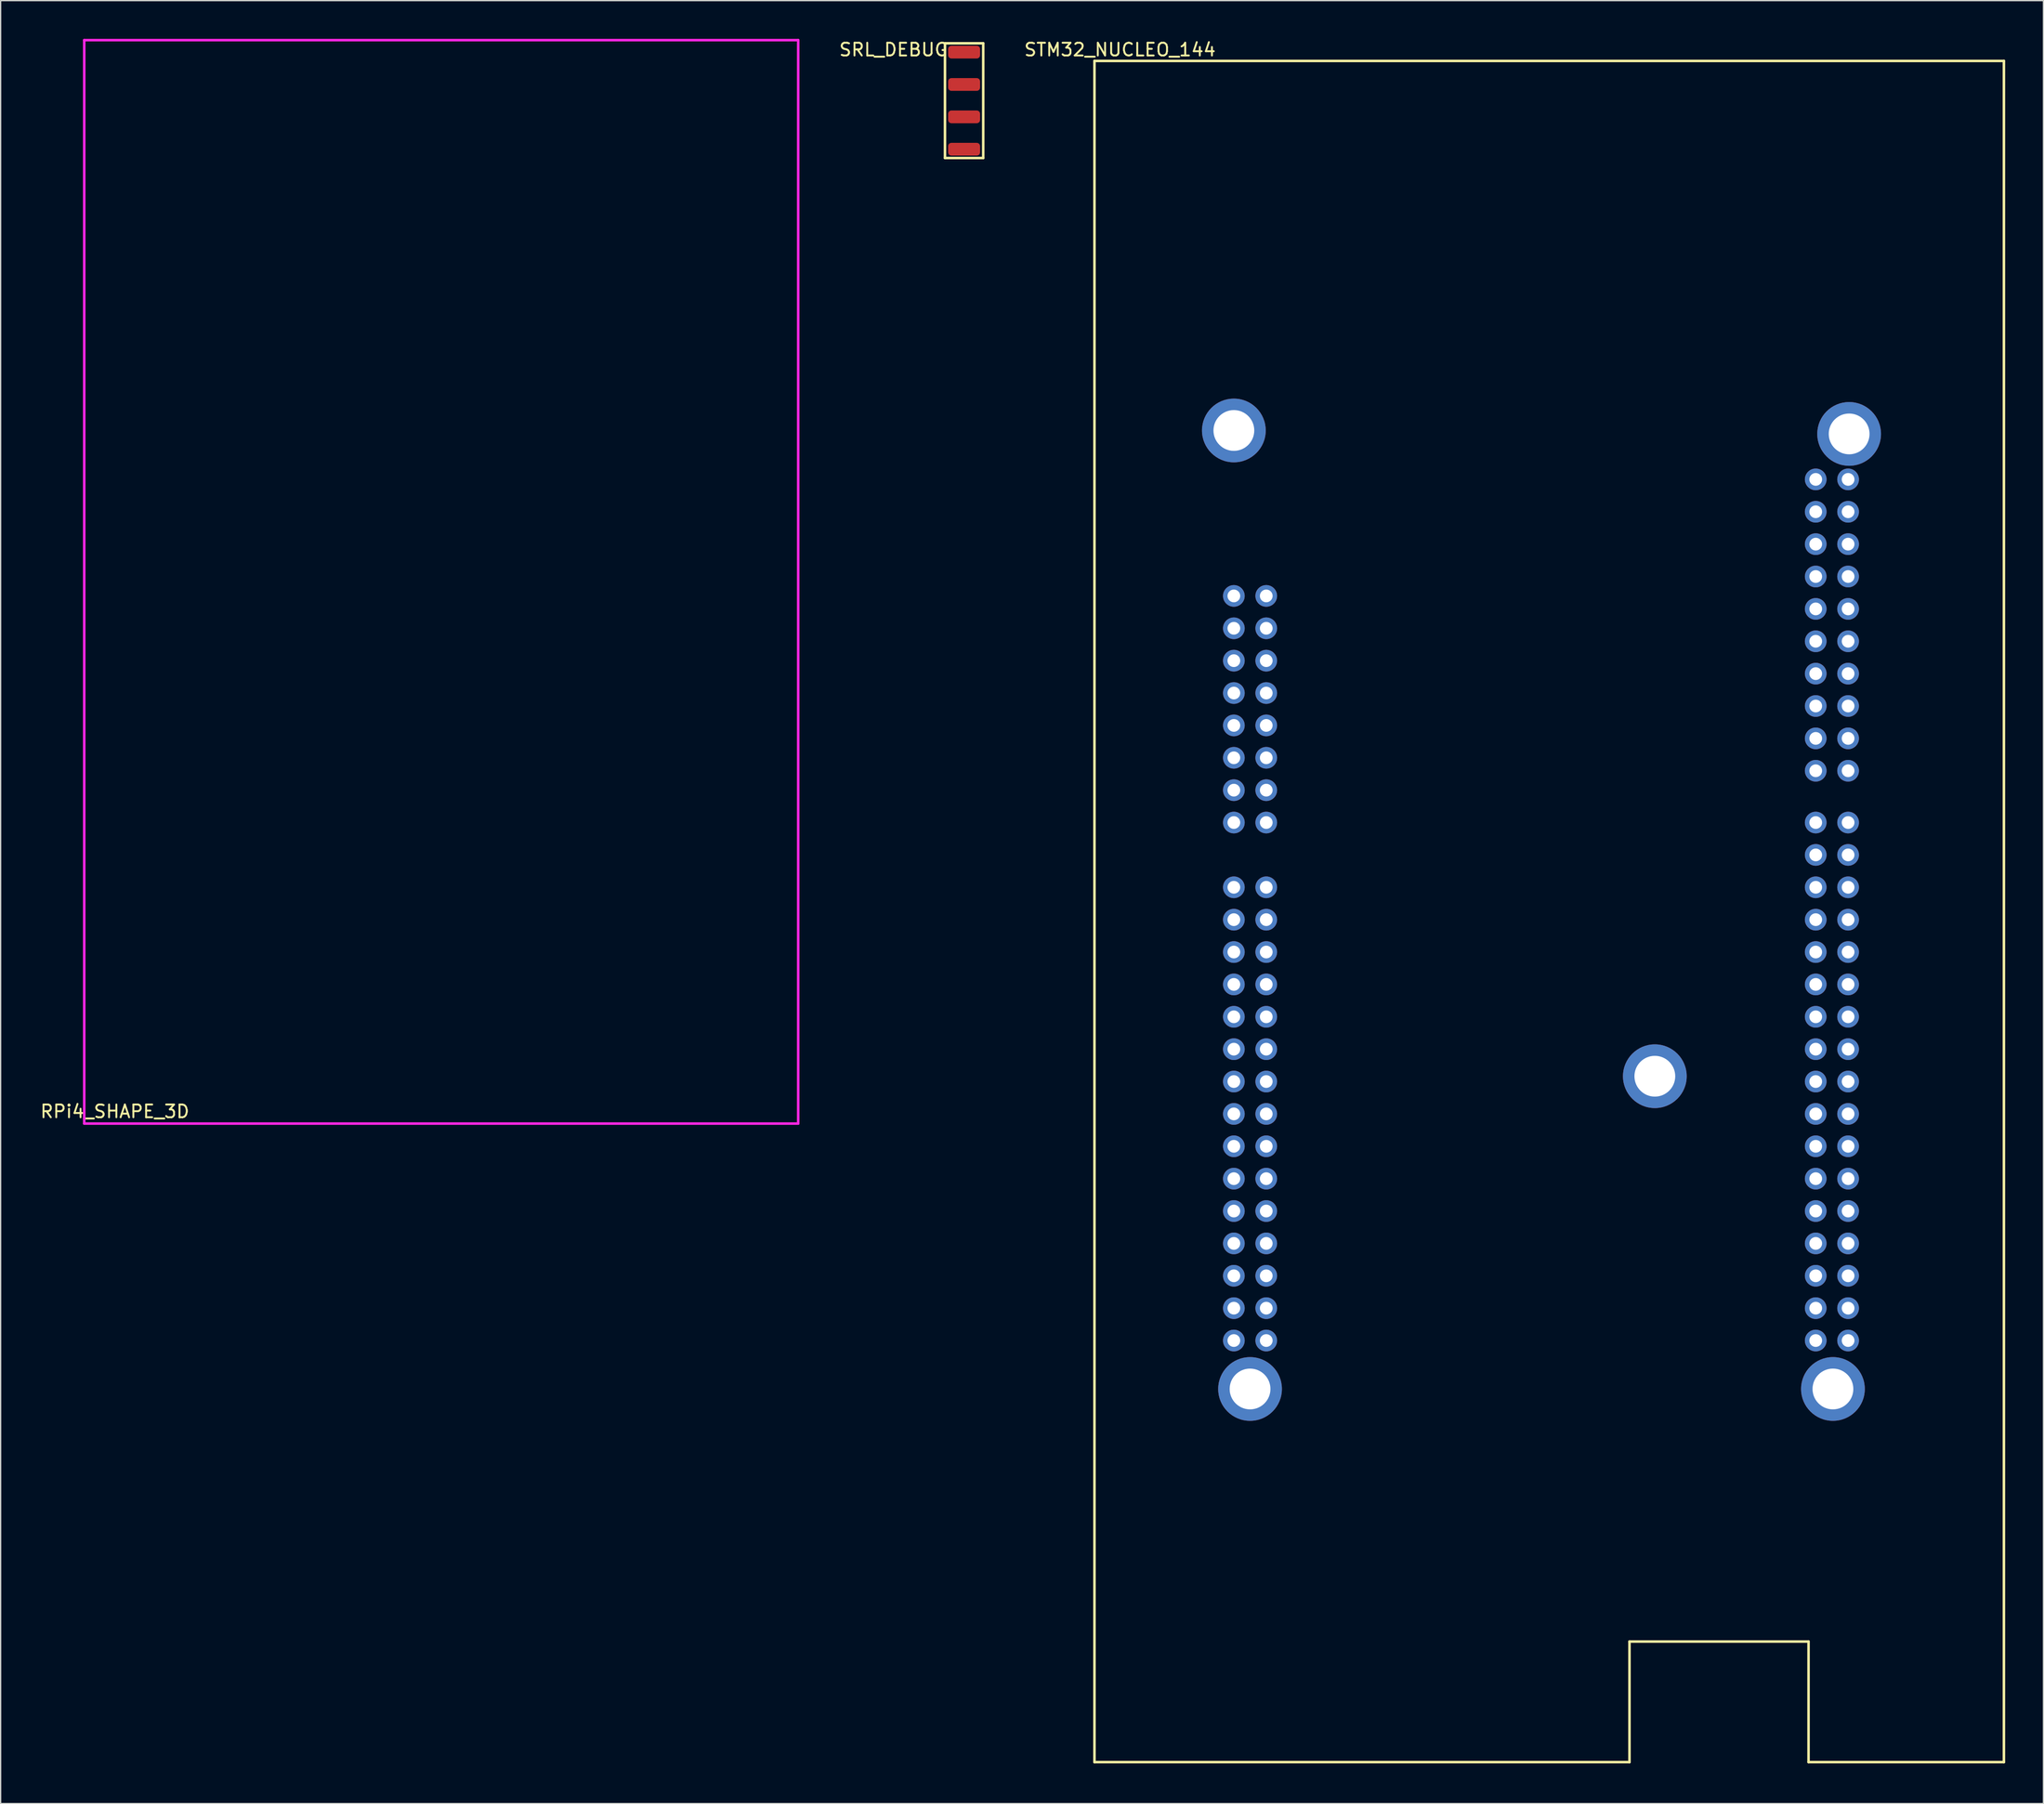
<source format=kicad_pcb>
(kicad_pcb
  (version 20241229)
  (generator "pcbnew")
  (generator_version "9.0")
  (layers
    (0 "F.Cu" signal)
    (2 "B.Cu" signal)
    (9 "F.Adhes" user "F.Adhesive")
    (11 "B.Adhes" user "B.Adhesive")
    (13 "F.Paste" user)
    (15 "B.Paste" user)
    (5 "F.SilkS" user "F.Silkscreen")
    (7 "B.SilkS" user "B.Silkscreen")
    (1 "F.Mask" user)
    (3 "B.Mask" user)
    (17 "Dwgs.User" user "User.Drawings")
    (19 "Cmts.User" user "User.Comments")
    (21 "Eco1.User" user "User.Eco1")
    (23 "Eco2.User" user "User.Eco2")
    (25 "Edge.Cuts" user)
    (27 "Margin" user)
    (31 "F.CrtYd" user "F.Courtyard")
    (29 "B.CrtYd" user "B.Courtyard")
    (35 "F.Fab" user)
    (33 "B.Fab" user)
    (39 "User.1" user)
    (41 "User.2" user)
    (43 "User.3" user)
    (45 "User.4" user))
  (footprint "STM32_NUCLEO_144"
    (layer "F.Cu")
    (at 82.796 135.198)
    (property "Reference" "STM32_NUCLEO_144" (at 2 -134.35 0) (layer "F.SilkS") (effects (font (size 1 1) (thickness 0.15))))
    (attr through_hole)
    (fp_line (start 0 -133.469) (end 71.334 -133.469) (stroke (width 0.2) (type solid)) (layer "F.SilkS"))
    (fp_line (start 0 0) (end 0 -133.469) (stroke (width 0.2) (type solid)) (layer "F.SilkS"))
    (fp_line (start 0 0) (end 41.966 0) (stroke (width 0.2) (type solid)) (layer "F.SilkS"))
    (fp_line (start 41.966 -9.458) (end 56.011 -9.458) (stroke (width 0.2) (type solid)) (layer "F.SilkS"))
    (fp_line (start 41.966 0) (end 41.966 -9.458) (stroke (width 0.2) (type solid)) (layer "F.SilkS"))
    (fp_line (start 56.011 0) (end 56.011 -9.458) (stroke (width 0.2) (type solid)) (layer "F.SilkS"))
    (fp_line (start 56.011 0) (end 71.334 0) (stroke (width 0.2) (type solid)) (layer "F.SilkS"))
    (fp_line (start 71.334 0) (end 71.334 -133.469) (stroke (width 0.2) (type solid)) (layer "F.SilkS"))
    (pad "" thru_hole circle (at 10.934 -104.475) (size 5 5) (drill 3.2) (layers "*.Cu" "*.Mask"))
    (pad "" thru_hole circle (at 12.204 -29.275) (size 5 5) (drill 3.2) (layers "*.Cu" "*.Mask"))
    (pad "" thru_hole circle (at 43.954 -53.812) (size 5 5) (drill 3.2) (layers "*.Cu" "*.Mask"))
    (pad "" thru_hole circle (at 57.924 -29.275) (size 5 5) (drill 3.2) (layers "*.Cu" "*.Mask"))
    (pad "" thru_hole circle (at 59.194 -104.205) (size 5 5) (drill 3.2) (layers "*.Cu" "*.Mask"))
    (pad "1" thru_hole circle (at 10.934 -91.495) (size 1.7 1.7) (drill 1) (layers "*.Cu" "*.Mask"))
    (pad "2" thru_hole circle (at 13.474 -91.495) (size 1.7 1.7) (drill 1) (layers "*.Cu" "*.Mask"))
    (pad "3" thru_hole circle (at 10.934 -88.955) (size 1.7 1.7) (drill 1) (layers "*.Cu" "*.Mask"))
    (pad "4" thru_hole circle (at 13.474 -88.955) (size 1.7 1.7) (drill 1) (layers "*.Cu" "*.Mask"))
    (pad "5" thru_hole circle (at 10.934 -86.415) (size 1.7 1.7) (drill 1) (layers "*.Cu" "*.Mask"))
    (pad "6" thru_hole circle (at 13.474 -86.415) (size 1.7 1.7) (drill 1) (layers "*.Cu" "*.Mask"))
    (pad "7" thru_hole circle (at 10.934 -83.875) (size 1.7 1.7) (drill 1) (layers "*.Cu" "*.Mask"))
    (pad "8" thru_hole circle (at 13.474 -83.875) (size 1.7 1.7) (drill 1) (layers "*.Cu" "*.Mask"))
    (pad "9" thru_hole circle (at 10.934 -81.335) (size 1.7 1.7) (drill 1) (layers "*.Cu" "*.Mask"))
    (pad "10" thru_hole circle (at 13.474 -81.335) (size 1.7 1.7) (drill 1) (layers "*.Cu" "*.Mask"))
    (pad "11" thru_hole circle (at 10.934 -78.795) (size 1.7 1.7) (drill 1) (layers "*.Cu" "*.Mask"))
    (pad "12" thru_hole circle (at 13.474 -78.795) (size 1.7 1.7) (drill 1) (layers "*.Cu" "*.Mask"))
    (pad "13" thru_hole circle (at 10.934 -76.255) (size 1.7 1.7) (drill 1) (layers "*.Cu" "*.Mask"))
    (pad "14" thru_hole circle (at 13.474 -76.255) (size 1.7 1.7) (drill 1) (layers "*.Cu" "*.Mask"))
    (pad "15" thru_hole circle (at 10.934 -73.715) (size 1.7 1.7) (drill 1) (layers "*.Cu" "*.Mask"))
    (pad "16" thru_hole circle (at 13.474 -73.715) (size 1.7 1.7) (drill 1) (layers "*.Cu" "*.Mask"))
    (pad "17" thru_hole circle (at 10.934 -68.635) (size 1.7 1.7) (drill 1) (layers "*.Cu" "*.Mask"))
    (pad "18" thru_hole circle (at 13.474 -68.635) (size 1.7 1.7) (drill 1) (layers "*.Cu" "*.Mask"))
    (pad "19" thru_hole circle (at 10.934 -66.095) (size 1.7 1.7) (drill 1) (layers "*.Cu" "*.Mask"))
    (pad "20" thru_hole circle (at 13.474 -66.095) (size 1.7 1.7) (drill 1) (layers "*.Cu" "*.Mask"))
    (pad "21" thru_hole circle (at 10.934 -63.555) (size 1.7 1.7) (drill 1) (layers "*.Cu" "*.Mask"))
    (pad "22" thru_hole circle (at 13.474 -63.555) (size 1.7 1.7) (drill 1) (layers "*.Cu" "*.Mask"))
    (pad "23" thru_hole circle (at 10.934 -61.015) (size 1.7 1.7) (drill 1) (layers "*.Cu" "*.Mask"))
    (pad "24" thru_hole circle (at 13.474 -61.015) (size 1.7 1.7) (drill 1) (layers "*.Cu" "*.Mask"))
    (pad "25" thru_hole circle (at 10.934 -58.475) (size 1.7 1.7) (drill 1) (layers "*.Cu" "*.Mask"))
    (pad "26" thru_hole circle (at 13.474 -58.475) (size 1.7 1.7) (drill 1) (layers "*.Cu" "*.Mask"))
    (pad "27" thru_hole circle (at 10.934 -55.935) (size 1.7 1.7) (drill 1) (layers "*.Cu" "*.Mask"))
    (pad "28" thru_hole circle (at 13.474 -55.935) (size 1.7 1.7) (drill 1) (layers "*.Cu" "*.Mask"))
    (pad "29" thru_hole circle (at 10.934 -53.395) (size 1.7 1.7) (drill 1) (layers "*.Cu" "*.Mask"))
    (pad "30" thru_hole circle (at 13.474 -53.395) (size 1.7 1.7) (drill 1) (layers "*.Cu" "*.Mask"))
    (pad "31" thru_hole circle (at 10.934 -50.855) (size 1.7 1.7) (drill 1) (layers "*.Cu" "*.Mask"))
    (pad "32" thru_hole circle (at 13.474 -50.855) (size 1.7 1.7) (drill 1) (layers "*.Cu" "*.Mask"))
    (pad "33" thru_hole circle (at 10.934 -48.315) (size 1.7 1.7) (drill 1) (layers "*.Cu" "*.Mask"))
    (pad "34" thru_hole circle (at 13.474 -48.315) (size 1.7 1.7) (drill 1) (layers "*.Cu" "*.Mask"))
    (pad "35" thru_hole circle (at 10.934 -45.775) (size 1.7 1.7) (drill 1) (layers "*.Cu" "*.Mask"))
    (pad "36" thru_hole circle (at 13.474 -45.775) (size 1.7 1.7) (drill 1) (layers "*.Cu" "*.Mask"))
    (pad "37" thru_hole circle (at 10.934 -43.235) (size 1.7 1.7) (drill 1) (layers "*.Cu" "*.Mask"))
    (pad "38" thru_hole circle (at 13.474 -43.235) (size 1.7 1.7) (drill 1) (layers "*.Cu" "*.Mask"))
    (pad "39" thru_hole circle (at 10.934 -40.695) (size 1.7 1.7) (drill 1) (layers "*.Cu" "*.Mask"))
    (pad "40" thru_hole circle (at 13.474 -40.695) (size 1.7 1.7) (drill 1) (layers "*.Cu" "*.Mask"))
    (pad "41" thru_hole circle (at 10.934 -38.155) (size 1.7 1.7) (drill 1) (layers "*.Cu" "*.Mask"))
    (pad "42" thru_hole circle (at 13.474 -38.155) (size 1.7 1.7) (drill 1) (layers "*.Cu" "*.Mask"))
    (pad "43" thru_hole circle (at 10.934 -35.615) (size 1.7 1.7) (drill 1) (layers "*.Cu" "*.Mask"))
    (pad "44" thru_hole circle (at 13.474 -35.615) (size 1.7 1.7) (drill 1) (layers "*.Cu" "*.Mask"))
    (pad "45" thru_hole circle (at 10.934 -33.075) (size 1.7 1.7) (drill 1) (layers "*.Cu" "*.Mask"))
    (pad "46" thru_hole circle (at 13.474 -33.075) (size 1.7 1.7) (drill 1) (layers "*.Cu" "*.Mask"))
    (pad "47" thru_hole circle (at 56.574 -100.637) (size 1.7 1.7) (drill 1) (layers "*.Cu" "*.Mask"))
    (pad "48" thru_hole circle (at 59.114 -100.637) (size 1.7 1.7) (drill 1) (layers "*.Cu" "*.Mask"))
    (pad "49" thru_hole circle (at 56.574 -98.097) (size 1.7 1.7) (drill 1) (layers "*.Cu" "*.Mask"))
    (pad "50" thru_hole circle (at 59.114 -98.097) (size 1.7 1.7) (drill 1) (layers "*.Cu" "*.Mask"))
    (pad "51" thru_hole circle (at 56.574 -95.557) (size 1.7 1.7) (drill 1) (layers "*.Cu" "*.Mask"))
    (pad "52" thru_hole circle (at 59.114 -95.557) (size 1.7 1.7) (drill 1) (layers "*.Cu" "*.Mask"))
    (pad "53" thru_hole circle (at 56.574 -93.017) (size 1.7 1.7) (drill 1) (layers "*.Cu" "*.Mask"))
    (pad "54" thru_hole circle (at 59.114 -93.017) (size 1.7 1.7) (drill 1) (layers "*.Cu" "*.Mask"))
    (pad "55" thru_hole circle (at 56.574 -90.477) (size 1.7 1.7) (drill 1) (layers "*.Cu" "*.Mask"))
    (pad "56" thru_hole circle (at 59.114 -90.477) (size 1.7 1.7) (drill 1) (layers "*.Cu" "*.Mask"))
    (pad "57" thru_hole circle (at 56.574 -87.937) (size 1.7 1.7) (drill 1) (layers "*.Cu" "*.Mask"))
    (pad "58" thru_hole circle (at 59.114 -87.937) (size 1.7 1.7) (drill 1) (layers "*.Cu" "*.Mask"))
    (pad "59" thru_hole circle (at 56.574 -85.397) (size 1.7 1.7) (drill 1) (layers "*.Cu" "*.Mask"))
    (pad "60" thru_hole circle (at 59.114 -85.397) (size 1.7 1.7) (drill 1) (layers "*.Cu" "*.Mask"))
    (pad "61" thru_hole circle (at 56.574 -82.857) (size 1.7 1.7) (drill 1) (layers "*.Cu" "*.Mask"))
    (pad "62" thru_hole circle (at 59.114 -82.857) (size 1.7 1.7) (drill 1) (layers "*.Cu" "*.Mask"))
    (pad "63" thru_hole circle (at 56.574 -80.317) (size 1.7 1.7) (drill 1) (layers "*.Cu" "*.Mask"))
    (pad "64" thru_hole circle (at 59.114 -80.317) (size 1.7 1.7) (drill 1) (layers "*.Cu" "*.Mask"))
    (pad "65" thru_hole circle (at 56.574 -77.777) (size 1.7 1.7) (drill 1) (layers "*.Cu" "*.Mask"))
    (pad "66" thru_hole circle (at 59.114 -77.777) (size 1.7 1.7) (drill 1) (layers "*.Cu" "*.Mask"))
    (pad "67" thru_hole circle (at 56.574 -73.715) (size 1.7 1.7) (drill 1) (layers "*.Cu" "*.Mask"))
    (pad "68" thru_hole circle (at 59.114 -73.715) (size 1.7 1.7) (drill 1) (layers "*.Cu" "*.Mask"))
    (pad "69" thru_hole circle (at 56.574 -71.175) (size 1.7 1.7) (drill 1) (layers "*.Cu" "*.Mask"))
    (pad "70" thru_hole circle (at 59.114 -71.175) (size 1.7 1.7) (drill 1) (layers "*.Cu" "*.Mask"))
    (pad "71" thru_hole circle (at 56.574 -68.635) (size 1.7 1.7) (drill 1) (layers "*.Cu" "*.Mask"))
    (pad "72" thru_hole circle (at 59.114 -68.635) (size 1.7 1.7) (drill 1) (layers "*.Cu" "*.Mask"))
    (pad "73" thru_hole circle (at 56.574 -66.095) (size 1.7 1.7) (drill 1) (layers "*.Cu" "*.Mask"))
    (pad "74" thru_hole circle (at 59.114 -66.095) (size 1.7 1.7) (drill 1) (layers "*.Cu" "*.Mask"))
    (pad "75" thru_hole circle (at 56.574 -63.555) (size 1.7 1.7) (drill 1) (layers "*.Cu" "*.Mask"))
    (pad "76" thru_hole circle (at 59.114 -63.555) (size 1.7 1.7) (drill 1) (layers "*.Cu" "*.Mask"))
    (pad "77" thru_hole circle (at 56.574 -61.015) (size 1.7 1.7) (drill 1) (layers "*.Cu" "*.Mask"))
    (pad "78" thru_hole circle (at 59.114 -61.015) (size 1.7 1.7) (drill 1) (layers "*.Cu" "*.Mask"))
    (pad "79" thru_hole circle (at 56.574 -58.475) (size 1.7 1.7) (drill 1) (layers "*.Cu" "*.Mask"))
    (pad "80" thru_hole circle (at 59.114 -58.475) (size 1.7 1.7) (drill 1) (layers "*.Cu" "*.Mask"))
    (pad "81" thru_hole circle (at 56.574 -55.935) (size 1.7 1.7) (drill 1) (layers "*.Cu" "*.Mask"))
    (pad "82" thru_hole circle (at 59.114 -55.935) (size 1.7 1.7) (drill 1) (layers "*.Cu" "*.Mask"))
    (pad "83" thru_hole circle (at 56.574 -53.395) (size 1.7 1.7) (drill 1) (layers "*.Cu" "*.Mask"))
    (pad "84" thru_hole circle (at 59.114 -53.395) (size 1.7 1.7) (drill 1) (layers "*.Cu" "*.Mask"))
    (pad "85" thru_hole circle (at 56.574 -50.855) (size 1.7 1.7) (drill 1) (layers "*.Cu" "*.Mask"))
    (pad "86" thru_hole circle (at 59.114 -50.855) (size 1.7 1.7) (drill 1) (layers "*.Cu" "*.Mask"))
    (pad "87" thru_hole circle (at 56.574 -48.315) (size 1.7 1.7) (drill 1) (layers "*.Cu" "*.Mask"))
    (pad "88" thru_hole circle (at 59.114 -48.315) (size 1.7 1.7) (drill 1) (layers "*.Cu" "*.Mask"))
    (pad "89" thru_hole circle (at 56.574 -45.775) (size 1.7 1.7) (drill 1) (layers "*.Cu" "*.Mask"))
    (pad "90" thru_hole circle (at 59.114 -45.775) (size 1.7 1.7) (drill 1) (layers "*.Cu" "*.Mask"))
    (pad "91" thru_hole circle (at 56.574 -43.235) (size 1.7 1.7) (drill 1) (layers "*.Cu" "*.Mask"))
    (pad "92" thru_hole circle (at 59.114 -43.235) (size 1.7 1.7) (drill 1) (layers "*.Cu" "*.Mask"))
    (pad "93" thru_hole circle (at 56.574 -40.695) (size 1.7 1.7) (drill 1) (layers "*.Cu" "*.Mask"))
    (pad "94" thru_hole circle (at 59.114 -40.695) (size 1.7 1.7) (drill 1) (layers "*.Cu" "*.Mask"))
    (pad "95" thru_hole circle (at 56.574 -38.155) (size 1.7 1.7) (drill 1) (layers "*.Cu" "*.Mask"))
    (pad "96" thru_hole circle (at 59.114 -38.155) (size 1.7 1.7) (drill 1) (layers "*.Cu" "*.Mask"))
    (pad "97" thru_hole circle (at 56.574 -35.615) (size 1.7 1.7) (drill 1) (layers "*.Cu" "*.Mask"))
    (pad "98" thru_hole circle (at 59.114 -35.615) (size 1.7 1.7) (drill 1) (layers "*.Cu" "*.Mask"))
    (pad "99" thru_hole circle (at 56.574 -33.075) (size 1.7 1.7) (drill 1) (layers "*.Cu" "*.Mask"))
    (pad "100" thru_hole circle (at 59.114 -33.075) (size 1.7 1.7) (drill 1) (layers "*.Cu" "*.Mask")))
  (footprint "RPi4_SHAPE_3D"
    (layer "F.Cu")
    (at 7.058 52.6)
    (property "Reference" "RPi4_SHAPE_3D" (at -1.1 31.55 0) (layer "F.SilkS") (effects (font (size 1 1) (thickness 0.15))))
    (attr through_hole)
    (fp_line (start -3.5 -52.5) (end -3.5 32.5) (stroke (width 0.2) (type solid)) (layer "F.CrtYd"))
    (fp_line (start -3.5 -52.5) (end 52.5 -52.5) (stroke (width 0.2) (type solid)) (layer "F.CrtYd"))
    (fp_line (start -3.5 32.5) (end 52.5 32.5) (stroke (width 0.2) (type solid)) (layer "F.CrtYd"))
    (fp_line (start 52.5 -52.5) (end 52.5 32.5) (stroke (width 0.2) (type solid)) (layer "F.CrtYd")))
  (footprint "SRL_DEBUG"
    (layer "F.Cu")
    (at 72.571 4.848)
    (property "Reference" "SRL_DEBUG" (at -5.55 -4 0) (layer "F.SilkS") (effects (font (size 1 1) (thickness 0.15))))
    (attr through_hole)
    (fp_line (start -1.5 -4.5) (end 1.5 -4.5) (stroke (width 0.2) (type solid)) (layer "F.SilkS"))
    (fp_line (start -1.5 4.5) (end -1.5 -4.5) (stroke (width 0.2) (type solid)) (layer "F.SilkS"))
    (fp_line (start 1.5 -4.5) (end 1.5 4.5) (stroke (width 0.2) (type solid)) (layer "F.SilkS"))
    (fp_line (start 1.5 4.5) (end -1.5 4.5) (stroke (width 0.2) (type solid)) (layer "F.SilkS"))
    (pad "1" smd roundrect (at 0 -3.81) (size 2.5 1) (layers "F.Cu" "F.Mask" "F.Paste") (roundrect_rratio 0.25))
    (pad "2" smd roundrect (at 0 -1.27) (size 2.5 1) (layers "F.Cu" "F.Mask" "F.Paste") (roundrect_rratio 0.25))
    (pad "3" smd roundrect (at 0 1.27) (size 2.5 1) (layers "F.Cu" "F.Mask" "F.Paste") (roundrect_rratio 0.25))
    (pad "4" smd roundrect (at 0 3.81) (size 2.5 1) (layers "F.Cu" "F.Mask" "F.Paste") (roundrect_rratio 0.25)))
  (gr_rect
    (start -3 -3)
    (end 157.23 138.448)
    (stroke (width 0.1) (type default))
    (fill no)
    (layer "Edge.Cuts")))
</source>
